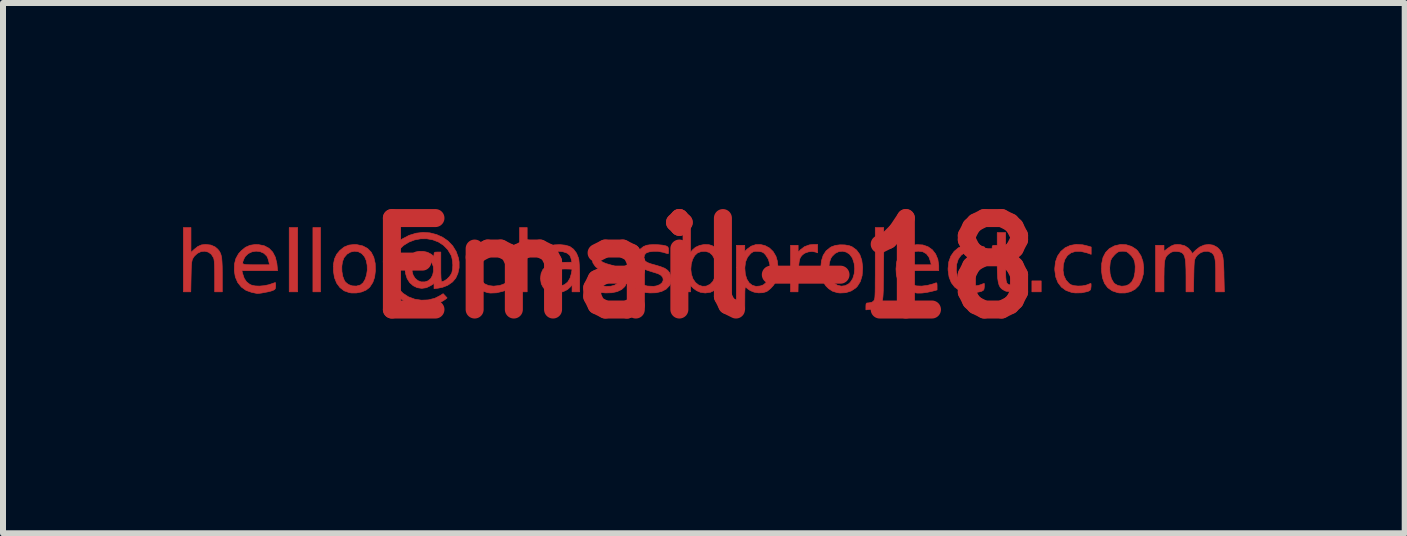
<source format=kicad_pcb>
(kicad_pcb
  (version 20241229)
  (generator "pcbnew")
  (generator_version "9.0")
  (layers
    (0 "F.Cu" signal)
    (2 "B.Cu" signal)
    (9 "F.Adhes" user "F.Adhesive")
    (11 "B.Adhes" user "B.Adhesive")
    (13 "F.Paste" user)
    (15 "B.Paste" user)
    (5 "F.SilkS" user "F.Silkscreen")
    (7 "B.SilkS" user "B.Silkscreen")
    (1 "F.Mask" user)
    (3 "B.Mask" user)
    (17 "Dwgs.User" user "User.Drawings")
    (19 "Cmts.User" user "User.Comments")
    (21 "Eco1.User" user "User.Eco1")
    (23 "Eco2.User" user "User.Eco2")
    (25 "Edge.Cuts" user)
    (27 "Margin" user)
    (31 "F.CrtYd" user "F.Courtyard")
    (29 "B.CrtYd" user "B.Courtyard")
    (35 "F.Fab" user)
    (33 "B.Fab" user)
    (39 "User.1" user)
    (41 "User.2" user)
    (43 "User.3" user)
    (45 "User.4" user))
  (footprint "Email-18"
    (layer "F.Cu")
    (at 8.669 1.418)
    (property "Reference" "Email-18" (at 0 0 0) (layer "F.Cu") (effects (font (size 1.524 1.524) (thickness 0.3))))
    (attr through_hole)
    (fp_poly (pts (xy -6.759 0.395) (xy -6.9 0.395) (xy -6.9 -0.677) (xy -6.759 -0.677) (xy -6.759 0.395)) (stroke (width 0.01) (type solid)) (fill yes) (layer "F.Cu"))
    (fp_poly (pts (xy -6.378 0.395) (xy -6.505 0.395) (xy -6.505 -0.677) (xy -6.378 -0.677) (xy -6.378 0.395)) (stroke (width 0.01) (type solid)) (fill yes) (layer "F.Cu"))
    (fp_poly (pts (xy -2.935 0.395) (xy -3.062 0.395) (xy -3.062 -0.677) (xy -2.935 -0.677) (xy -2.935 0.395)) (stroke (width 0.01) (type solid)) (fill yes) (layer "F.Cu"))
    (fp_poly (pts (xy 3.006 -0.508) (xy 2.865 -0.508) (xy 2.865 -0.677) (xy 3.006 -0.677) (xy 3.006 -0.508)) (stroke (width 0.01) (type solid)) (fill yes) (layer "F.Cu"))
    (fp_poly (pts (xy 5.63 0.395) (xy 5.475 0.395) (xy 5.475 0.212) (xy 5.63 0.212) (xy 5.63 0.395)) (stroke (width 0.01) (type solid)) (fill yes) (layer "F.Cu"))
    (fp_poly (pts (xy 1.905 -0.395) (xy 1.905 -0.255) (xy 1.866 -0.269) (xy 1.813 -0.278) (xy 1.751 -0.271) (xy 1.694 -0.251) (xy 1.673 -0.238) (xy 1.645 -0.214) (xy 1.624 -0.188) (xy 1.608 -0.156) (xy 1.598 -0.113) (xy 1.591 -0.056) (xy 1.586 0.02) (xy 1.583 0.119) (xy 1.583 0.138) (xy 1.578 0.395) (xy 1.453 0.395) (xy 1.453 -0.381) (xy 1.58 -0.381) (xy 1.58 -0.265) (xy 1.62 -0.308) (xy 1.686 -0.358) (xy 1.768 -0.388) (xy 1.836 -0.395) (xy 1.905 -0.395)) (stroke (width 0.01) (type solid)) (fill yes) (layer "F.Cu"))
    (fp_poly (pts (xy 3.003 0.067) (xy 3.002 0.192) (xy 3 0.293) (xy 2.999 0.371) (xy 2.996 0.432) (xy 2.993 0.477) (xy 2.989 0.51) (xy 2.984 0.535) (xy 2.978 0.554) (xy 2.97 0.571) (xy 2.932 0.628) (xy 2.882 0.664) (xy 2.815 0.684) (xy 2.79 0.687) (xy 2.709 0.695) (xy 2.709 0.637) (xy 2.711 0.6) (xy 2.719 0.583) (xy 2.742 0.579) (xy 2.758 0.579) (xy 2.811 0.567) (xy 2.836 0.548) (xy 2.844 0.538) (xy 2.85 0.526) (xy 2.855 0.509) (xy 2.859 0.483) (xy 2.861 0.446) (xy 2.863 0.394) (xy 2.864 0.324) (xy 2.864 0.234) (xy 2.865 0.119) (xy 2.865 0.068) (xy 2.865 -0.381) (xy 3.008 -0.381) (xy 3.003 0.067)) (stroke (width 0.01) (type solid)) (fill yes) (layer "F.Cu"))
    (fp_poly (pts (xy 5.038 -0.381) (xy 5.292 -0.381) (xy 5.292 -0.282) (xy 5.038 -0.282) (xy 5.038 -0.031) (xy 5.038 0.07) (xy 5.04 0.147) (xy 5.045 0.203) (xy 5.055 0.241) (xy 5.071 0.264) (xy 5.096 0.276) (xy 5.13 0.281) (xy 5.176 0.282) (xy 5.187 0.282) (xy 5.292 0.282) (xy 5.292 0.395) (xy 5.182 0.393) (xy 5.126 0.392) (xy 5.078 0.389) (xy 5.047 0.385) (xy 5.045 0.385) (xy 5.015 0.372) (xy 4.978 0.349) (xy 4.972 0.345) (xy 4.947 0.319) (xy 4.928 0.282) (xy 4.914 0.23) (xy 4.904 0.161) (xy 4.899 0.07) (xy 4.897 -0.044) (xy 4.897 -0.075) (xy 4.897 -0.282) (xy 4.854 -0.282) (xy 4.826 -0.285) (xy 4.814 -0.299) (xy 4.812 -0.332) (xy 4.814 -0.365) (xy 4.826 -0.378) (xy 4.854 -0.381) (xy 4.897 -0.381) (xy 4.897 -0.593) (xy 5.038 -0.593) (xy 5.038 -0.381)) (stroke (width 0.01) (type solid)) (fill yes) (layer "F.Cu"))
    (fp_poly (pts (xy -8.537 -0.262) (xy -8.484 -0.312) (xy -8.424 -0.36) (xy -8.364 -0.387) (xy -8.297 -0.395) (xy -8.292 -0.395) (xy -8.205 -0.385) (xy -8.135 -0.354) (xy -8.092 -0.317) (xy -8.067 -0.287) (xy -8.049 -0.255) (xy -8.035 -0.217) (xy -8.025 -0.169) (xy -8.02 -0.106) (xy -8.016 -0.025) (xy -8.015 0.079) (xy -8.015 0.118) (xy -8.015 0.395) (xy -8.142 0.395) (xy -8.142 0.134) (xy -8.143 0.027) (xy -8.145 -0.054) (xy -8.149 -0.114) (xy -8.155 -0.154) (xy -8.162 -0.174) (xy -8.198 -0.231) (xy -8.248 -0.267) (xy -8.307 -0.282) (xy -8.368 -0.276) (xy -8.428 -0.248) (xy -8.48 -0.2) (xy -8.501 -0.169) (xy -8.512 -0.149) (xy -8.519 -0.125) (xy -8.525 -0.093) (xy -8.529 -0.049) (xy -8.532 0.012) (xy -8.534 0.095) (xy -8.535 0.138) (xy -8.54 0.395) (xy -8.664 0.395) (xy -8.664 -0.677) (xy -8.537 -0.677) (xy -8.537 -0.262)) (stroke (width 0.01) (type solid)) (fill yes) (layer "F.Cu"))
    (fp_poly (pts (xy -3.425 -0.389) (xy -3.349 -0.371) (xy -3.274 -0.348) (xy -3.274 -0.228) (xy -3.351 -0.255) (xy -3.451 -0.279) (xy -3.541 -0.278) (xy -3.617 -0.255) (xy -3.679 -0.21) (xy -3.723 -0.144) (xy -3.747 -0.061) (xy -3.751 0.033) (xy -3.735 0.13) (xy -3.7 0.205) (xy -3.648 0.259) (xy -3.578 0.29) (xy -3.495 0.3) (xy -3.395 0.289) (xy -3.34 0.271) (xy -3.274 0.241) (xy -3.274 0.303) (xy -3.275 0.34) (xy -3.284 0.361) (xy -3.306 0.374) (xy -3.341 0.386) (xy -3.447 0.411) (xy -3.546 0.415) (xy -3.594 0.409) (xy -3.691 0.376) (xy -3.77 0.322) (xy -3.832 0.245) (xy -3.848 0.214) (xy -3.869 0.168) (xy -3.881 0.127) (xy -3.886 0.079) (xy -3.887 0.015) (xy -3.887 0.014) (xy -3.883 -0.078) (xy -3.869 -0.15) (xy -3.844 -0.209) (xy -3.804 -0.264) (xy -3.793 -0.277) (xy -3.719 -0.337) (xy -3.63 -0.376) (xy -3.53 -0.394) (xy -3.425 -0.389)) (stroke (width 0.01) (type solid)) (fill yes) (layer "F.Cu"))
    (fp_poly (pts (xy 6.322 -0.389) (xy 6.39 -0.373) (xy 6.463 -0.352) (xy 6.463 -0.23) (xy 6.389 -0.256) (xy 6.29 -0.279) (xy 6.202 -0.279) (xy 6.126 -0.255) (xy 6.066 -0.209) (xy 6.023 -0.142) (xy 5.999 -0.058) (xy 5.994 0.039) (xy 6.009 0.126) (xy 6.044 0.2) (xy 6.096 0.257) (xy 6.127 0.277) (xy 6.177 0.292) (xy 6.242 0.298) (xy 6.312 0.296) (xy 6.376 0.284) (xy 6.399 0.276) (xy 6.434 0.262) (xy 6.456 0.255) (xy 6.458 0.254) (xy 6.461 0.267) (xy 6.461 0.298) (xy 6.46 0.313) (xy 6.455 0.351) (xy 6.441 0.372) (xy 6.411 0.387) (xy 6.406 0.389) (xy 6.304 0.411) (xy 6.197 0.413) (xy 6.138 0.405) (xy 6.043 0.371) (xy 5.967 0.316) (xy 5.91 0.242) (xy 5.873 0.149) (xy 5.857 0.038) (xy 5.856 0.006) (xy 5.868 -0.105) (xy 5.902 -0.2) (xy 5.957 -0.279) (xy 6.028 -0.339) (xy 6.115 -0.379) (xy 6.214 -0.396) (xy 6.322 -0.389)) (stroke (width 0.01) (type solid)) (fill yes) (layer "F.Cu"))
    (fp_poly (pts (xy 4.544 -0.389) (xy 4.612 -0.373) (xy 4.685 -0.352) (xy 4.685 -0.228) (xy 4.614 -0.255) (xy 4.518 -0.28) (xy 4.431 -0.281) (xy 4.355 -0.258) (xy 4.294 -0.213) (xy 4.248 -0.148) (xy 4.221 -0.063) (xy 4.221 -0.058) (xy 4.216 0.043) (xy 4.233 0.132) (xy 4.271 0.206) (xy 4.329 0.264) (xy 4.359 0.282) (xy 4.4 0.294) (xy 4.458 0.298) (xy 4.523 0.296) (xy 4.583 0.288) (xy 4.621 0.276) (xy 4.656 0.262) (xy 4.678 0.255) (xy 4.68 0.254) (xy 4.683 0.267) (xy 4.683 0.298) (xy 4.682 0.313) (xy 4.677 0.351) (xy 4.663 0.372) (xy 4.633 0.387) (xy 4.628 0.389) (xy 4.526 0.411) (xy 4.419 0.413) (xy 4.36 0.405) (xy 4.265 0.371) (xy 4.189 0.316) (xy 4.132 0.242) (xy 4.095 0.149) (xy 4.079 0.038) (xy 4.078 0.006) (xy 4.09 -0.105) (xy 4.124 -0.2) (xy 4.179 -0.279) (xy 4.25 -0.339) (xy 4.337 -0.379) (xy 4.436 -0.396) (xy 4.544 -0.389)) (stroke (width 0.01) (type solid)) (fill yes) (layer "F.Cu"))
    (fp_poly (pts (xy 2.36 -0.387) (xy 2.435 -0.373) (xy 2.479 -0.356) (xy 2.553 -0.302) (xy 2.607 -0.228) (xy 2.64 -0.134) (xy 2.655 -0.019) (xy 2.655 0.007) (xy 2.646 0.125) (xy 2.616 0.224) (xy 2.567 0.302) (xy 2.541 0.329) (xy 2.464 0.38) (xy 2.374 0.409) (xy 2.278 0.414) (xy 2.234 0.409) (xy 2.153 0.384) (xy 2.088 0.342) (xy 2.042 0.296) (xy 2 0.233) (xy 1.972 0.158) (xy 1.959 0.067) (xy 1.959 0.06) (xy 2.092 0.06) (xy 2.102 0.125) (xy 2.133 0.196) (xy 2.179 0.25) (xy 2.236 0.285) (xy 2.299 0.3) (xy 2.364 0.292) (xy 2.424 0.26) (xy 2.45 0.235) (xy 2.49 0.174) (xy 2.514 0.095) (xy 2.522 0.009) (xy 2.513 -0.08) (xy 2.487 -0.161) (xy 2.481 -0.173) (xy 2.438 -0.231) (xy 2.383 -0.267) (xy 2.321 -0.282) (xy 2.257 -0.275) (xy 2.197 -0.246) (xy 2.146 -0.196) (xy 2.125 -0.163) (xy 2.103 -0.099) (xy 2.092 -0.021) (xy 2.092 0.06) (xy 1.959 0.06) (xy 1.957 -0.008) (xy 1.968 -0.121) (xy 1.997 -0.213) (xy 2.045 -0.287) (xy 2.115 -0.344) (xy 2.138 -0.357) (xy 2.201 -0.379) (xy 2.278 -0.389) (xy 2.36 -0.387)) (stroke (width 0.01) (type solid)) (fill yes) (layer "F.Cu"))
    (fp_poly (pts (xy -5.774 -0.392) (xy -5.676 -0.371) (xy -5.595 -0.329) (xy -5.534 -0.266) (xy -5.491 -0.182) (xy -5.467 -0.079) (xy -5.463 0.042) (xy -5.464 0.047) (xy -5.477 0.152) (xy -5.507 0.238) (xy -5.555 0.312) (xy -5.565 0.323) (xy -5.62 0.366) (xy -5.694 0.397) (xy -5.778 0.413) (xy -5.865 0.413) (xy -5.898 0.408) (xy -5.984 0.378) (xy -6.054 0.324) (xy -6.109 0.25) (xy -6.146 0.158) (xy -6.163 0.049) (xy -6.164 0.044) (xy -6.163 -0.029) (xy -6.024 -0.029) (xy -6.022 0.054) (xy -6.008 0.135) (xy -5.982 0.203) (xy -5.964 0.231) (xy -5.915 0.272) (xy -5.851 0.295) (xy -5.782 0.299) (xy -5.717 0.282) (xy -5.712 0.28) (xy -5.668 0.243) (xy -5.634 0.185) (xy -5.611 0.113) (xy -5.599 0.033) (xy -5.601 -0.048) (xy -5.616 -0.126) (xy -5.645 -0.191) (xy -5.692 -0.244) (xy -5.75 -0.274) (xy -5.814 -0.282) (xy -5.878 -0.268) (xy -5.937 -0.233) (xy -5.985 -0.176) (xy -5.988 -0.172) (xy -6.012 -0.108) (xy -6.024 -0.029) (xy -6.163 -0.029) (xy -6.163 -0.064) (xy -6.145 -0.155) (xy -6.109 -0.231) (xy -6.056 -0.295) (xy -5.985 -0.352) (xy -5.907 -0.384) (xy -5.817 -0.394) (xy -5.774 -0.392)) (stroke (width 0.01) (type solid)) (fill yes) (layer "F.Cu"))
    (fp_poly (pts (xy -0.212 -0.264) (xy -0.181 -0.303) (xy -0.13 -0.348) (xy -0.061 -0.379) (xy 0.016 -0.394) (xy 0.093 -0.391) (xy 0.145 -0.376) (xy 0.189 -0.348) (xy 0.238 -0.303) (xy 0.283 -0.249) (xy 0.317 -0.195) (xy 0.322 -0.185) (xy 0.335 -0.139) (xy 0.343 -0.072) (xy 0.345 0.007) (xy 0.344 0.078) (xy 0.34 0.13) (xy 0.332 0.172) (xy 0.317 0.211) (xy 0.313 0.22) (xy 0.262 0.304) (xy 0.196 0.365) (xy 0.119 0.402) (xy 0.032 0.414) (xy -0.047 0.403) (xy -0.112 0.375) (xy -0.163 0.338) (xy -0.212 0.291) (xy -0.212 0.395) (xy -0.339 0.395) (xy -0.339 0.019) (xy -0.208 0.019) (xy -0.199 0.1) (xy -0.172 0.179) (xy -0.13 0.24) (xy -0.077 0.282) (xy -0.017 0.302) (xy 0.047 0.3) (xy 0.109 0.271) (xy 0.113 0.269) (xy 0.159 0.221) (xy 0.191 0.156) (xy 0.21 0.079) (xy 0.215 -0.002) (xy 0.206 -0.082) (xy 0.185 -0.156) (xy 0.15 -0.217) (xy 0.103 -0.259) (xy 0.098 -0.262) (xy 0.035 -0.28) (xy -0.034 -0.277) (xy -0.096 -0.254) (xy -0.143 -0.21) (xy -0.179 -0.145) (xy -0.201 -0.067) (xy -0.208 0.019) (xy -0.339 0.019) (xy -0.339 -0.677) (xy -0.212 -0.677) (xy -0.212 -0.264)) (stroke (width 0.01) (type solid)) (fill yes) (layer "F.Cu"))
    (fp_poly (pts (xy 7.048 -0.39) (xy 7.136 -0.362) (xy 7.212 -0.313) (xy 7.239 -0.286) (xy 7.292 -0.205) (xy 7.325 -0.111) (xy 7.338 -0.008) (xy 7.332 0.097) (xy 7.305 0.197) (xy 7.258 0.288) (xy 7.252 0.295) (xy 7.194 0.352) (xy 7.119 0.392) (xy 7.031 0.413) (xy 6.938 0.414) (xy 6.905 0.409) (xy 6.813 0.378) (xy 6.74 0.327) (xy 6.686 0.255) (xy 6.651 0.162) (xy 6.635 0.049) (xy 6.635 0.047) (xy 6.636 0.002) (xy 6.771 0.002) (xy 6.778 0.095) (xy 6.8 0.176) (xy 6.836 0.239) (xy 6.855 0.259) (xy 6.908 0.289) (xy 6.973 0.301) (xy 7.04 0.294) (xy 7.094 0.271) (xy 7.141 0.225) (xy 7.175 0.157) (xy 7.192 0.072) (xy 7.193 0.064) (xy 7.197 -0.025) (xy 7.19 -0.094) (xy 7.172 -0.149) (xy 7.14 -0.197) (xy 7.118 -0.22) (xy 7.081 -0.255) (xy 7.053 -0.274) (xy 7.021 -0.281) (xy 6.985 -0.282) (xy 6.943 -0.28) (xy 6.913 -0.271) (xy 6.883 -0.25) (xy 6.852 -0.221) (xy 6.81 -0.172) (xy 6.787 -0.127) (xy 6.78 -0.097) (xy 6.771 0.002) (xy 6.636 0.002) (xy 6.638 -0.076) (xy 6.66 -0.178) (xy 6.703 -0.261) (xy 6.765 -0.325) (xy 6.848 -0.37) (xy 6.859 -0.374) (xy 6.954 -0.395) (xy 7.048 -0.39)) (stroke (width 0.01) (type solid)) (fill yes) (layer "F.Cu"))
    (fp_poly (pts (xy 1.03 -0.375) (xy 1.102 -0.336) (xy 1.163 -0.277) (xy 1.209 -0.2) (xy 1.21 -0.198) (xy 1.233 -0.12) (xy 1.244 -0.029) (xy 1.243 0.066) (xy 1.23 0.154) (xy 1.207 0.227) (xy 1.205 0.23) (xy 1.169 0.286) (xy 1.12 0.34) (xy 1.068 0.382) (xy 1.053 0.391) (xy 0.992 0.409) (xy 0.919 0.412) (xy 0.846 0.4) (xy 0.784 0.375) (xy 0.745 0.349) (xy 0.715 0.324) (xy 0.707 0.314) (xy 0.701 0.313) (xy 0.696 0.335) (xy 0.693 0.382) (xy 0.692 0.455) (xy 0.692 0.49) (xy 0.691 0.691) (xy 0.55 0.691) (xy 0.55 0.001) (xy 0.692 0.001) (xy 0.7 0.101) (xy 0.725 0.183) (xy 0.764 0.245) (xy 0.816 0.286) (xy 0.878 0.304) (xy 0.949 0.297) (xy 1 0.279) (xy 1.04 0.245) (xy 1.075 0.19) (xy 1.099 0.12) (xy 1.111 0.048) (xy 1.109 -0.057) (xy 1.085 -0.147) (xy 1.038 -0.221) (xy 1.008 -0.252) (xy 0.978 -0.269) (xy 0.936 -0.277) (xy 0.916 -0.279) (xy 0.868 -0.281) (xy 0.836 -0.275) (xy 0.807 -0.258) (xy 0.791 -0.246) (xy 0.737 -0.183) (xy 0.704 -0.105) (xy 0.692 -0.009) (xy 0.692 0.001) (xy 0.55 0.001) (xy 0.55 -0.381) (xy 0.691 -0.381) (xy 0.691 -0.278) (xy 0.73 -0.317) (xy 0.797 -0.366) (xy 0.873 -0.392) (xy 0.952 -0.394) (xy 1.03 -0.375)) (stroke (width 0.01) (type solid)) (fill yes) (layer "F.Cu"))
    (fp_poly (pts (xy -7.41 -0.392) (xy -7.316 -0.373) (xy -7.237 -0.331) (xy -7.175 -0.267) (xy -7.131 -0.182) (xy -7.106 -0.079) (xy -7.103 -0.053) (xy -7.094 0.042) (xy -7.688 0.042) (xy -7.677 0.088) (xy -7.65 0.17) (xy -7.611 0.228) (xy -7.558 0.269) (xy -7.528 0.283) (xy -7.47 0.296) (xy -7.396 0.299) (xy -7.316 0.292) (xy -7.239 0.276) (xy -7.218 0.269) (xy -7.174 0.254) (xy -7.142 0.243) (xy -7.13 0.24) (xy -7.128 0.252) (xy -7.126 0.284) (xy -7.126 0.296) (xy -7.129 0.334) (xy -7.142 0.356) (xy -7.173 0.372) (xy -7.174 0.372) (xy -7.207 0.383) (xy -7.256 0.395) (xy -7.313 0.406) (xy -7.368 0.416) (xy -7.412 0.421) (xy -7.432 0.422) (xy -7.451 0.419) (xy -7.489 0.411) (xy -7.525 0.404) (xy -7.62 0.37) (xy -7.698 0.314) (xy -7.758 0.239) (xy -7.798 0.147) (xy -7.815 0.041) (xy -7.812 -0.068) (xy -7.805 -0.097) (xy -7.676 -0.097) (xy -7.674 -0.078) (xy -7.658 -0.066) (xy -7.625 -0.06) (xy -7.57 -0.057) (xy -7.493 -0.056) (xy -7.452 -0.056) (xy -7.228 -0.056) (xy -7.241 -0.115) (xy -7.254 -0.159) (xy -7.27 -0.196) (xy -7.274 -0.201) (xy -7.322 -0.248) (xy -7.384 -0.275) (xy -7.452 -0.283) (xy -7.52 -0.272) (xy -7.582 -0.243) (xy -7.63 -0.197) (xy -7.649 -0.165) (xy -7.666 -0.126) (xy -7.676 -0.097) (xy -7.805 -0.097) (xy -7.789 -0.159) (xy -7.745 -0.239) (xy -7.699 -0.29) (xy -7.628 -0.348) (xy -7.553 -0.381) (xy -7.467 -0.394) (xy -7.41 -0.392)) (stroke (width 0.01) (type solid)) (fill yes) (layer "F.Cu"))
    (fp_poly (pts (xy 3.657 -0.387) (xy 3.744 -0.357) (xy 3.816 -0.306) (xy 3.871 -0.235) (xy 3.908 -0.147) (xy 3.923 -0.043) (xy 3.923 -0.026) (xy 3.923 0.042) (xy 3.634 0.042) (xy 3.534 0.042) (xy 3.459 0.043) (xy 3.406 0.045) (xy 3.371 0.05) (xy 3.353 0.059) (xy 3.346 0.072) (xy 3.348 0.091) (xy 3.357 0.117) (xy 3.361 0.128) (xy 3.398 0.205) (xy 3.449 0.259) (xy 3.484 0.279) (xy 3.554 0.296) (xy 3.64 0.299) (xy 3.735 0.287) (xy 3.83 0.262) (xy 3.87 0.247) (xy 3.885 0.244) (xy 3.893 0.257) (xy 3.895 0.291) (xy 3.895 0.3) (xy 3.895 0.363) (xy 3.814 0.385) (xy 3.727 0.404) (xy 3.643 0.415) (xy 3.571 0.416) (xy 3.549 0.414) (xy 3.451 0.39) (xy 3.37 0.349) (xy 3.312 0.298) (xy 3.264 0.239) (xy 3.233 0.178) (xy 3.216 0.108) (xy 3.211 0.02) (xy 3.211 0.007) (xy 3.219 -0.072) (xy 3.349 -0.072) (xy 3.355 -0.065) (xy 3.373 -0.061) (xy 3.406 -0.058) (xy 3.458 -0.057) (xy 3.532 -0.056) (xy 3.57 -0.056) (xy 3.798 -0.056) (xy 3.788 -0.102) (xy 3.76 -0.183) (xy 3.717 -0.239) (xy 3.658 -0.273) (xy 3.583 -0.283) (xy 3.521 -0.276) (xy 3.471 -0.257) (xy 3.422 -0.223) (xy 3.384 -0.181) (xy 3.366 -0.144) (xy 3.357 -0.106) (xy 3.35 -0.081) (xy 3.349 -0.072) (xy 3.219 -0.072) (xy 3.223 -0.107) (xy 3.256 -0.203) (xy 3.309 -0.282) (xy 3.381 -0.34) (xy 3.471 -0.378) (xy 3.558 -0.392) (xy 3.657 -0.387)) (stroke (width 0.01) (type solid)) (fill yes) (layer "F.Cu"))
    (fp_poly (pts (xy -1.489 -0.39) (xy -1.42 -0.384) (xy -1.366 -0.373) (xy -1.351 -0.369) (xy -1.326 -0.354) (xy -1.315 -0.332) (xy -1.312 -0.297) (xy -1.313 -0.261) (xy -1.321 -0.245) (xy -1.341 -0.244) (xy -1.38 -0.257) (xy -1.39 -0.261) (xy -1.442 -0.273) (xy -1.505 -0.28) (xy -1.571 -0.28) (xy -1.628 -0.275) (xy -1.665 -0.264) (xy -1.702 -0.233) (xy -1.724 -0.192) (xy -1.725 -0.153) (xy -1.709 -0.124) (xy -1.675 -0.099) (xy -1.619 -0.076) (xy -1.543 -0.054) (xy -1.444 -0.024) (xy -1.37 0.008) (xy -1.317 0.044) (xy -1.305 0.056) (xy -1.285 0.096) (xy -1.276 0.151) (xy -1.277 0.212) (xy -1.288 0.268) (xy -1.307 0.306) (xy -1.361 0.356) (xy -1.435 0.391) (xy -1.526 0.41) (xy -1.629 0.413) (xy -1.682 0.408) (xy -1.754 0.397) (xy -1.803 0.387) (xy -1.833 0.375) (xy -1.85 0.358) (xy -1.857 0.334) (xy -1.86 0.306) (xy -1.861 0.267) (xy -1.859 0.244) (xy -1.857 0.24) (xy -1.841 0.245) (xy -1.807 0.257) (xy -1.782 0.266) (xy -1.696 0.292) (xy -1.615 0.304) (xy -1.542 0.301) (xy -1.481 0.285) (xy -1.436 0.257) (xy -1.411 0.217) (xy -1.408 0.191) (xy -1.419 0.146) (xy -1.456 0.11) (xy -1.518 0.082) (xy -1.537 0.076) (xy -1.623 0.052) (xy -1.686 0.033) (xy -1.731 0.016) (xy -1.763 0.000466) (xy -1.786 -0.016) (xy -1.799 -0.028) (xy -1.839 -0.087) (xy -1.854 -0.152) (xy -1.847 -0.218) (xy -1.819 -0.28) (xy -1.772 -0.333) (xy -1.708 -0.371) (xy -1.677 -0.382) (xy -1.627 -0.39) (xy -1.561 -0.392) (xy -1.489 -0.39)) (stroke (width 0.01) (type solid)) (fill yes) (layer "F.Cu"))
    (fp_poly (pts (xy 8.497 -0.383) (xy 8.563 -0.347) (xy 8.589 -0.323) (xy 8.615 -0.292) (xy 8.634 -0.26) (xy 8.649 -0.223) (xy 8.659 -0.175) (xy 8.666 -0.112) (xy 8.671 -0.031) (xy 8.675 0.072) (xy 8.675 0.109) (xy 8.682 0.395) (xy 8.537 0.395) (xy 8.537 0.127) (xy 8.537 0.018) (xy 8.534 -0.067) (xy 8.529 -0.131) (xy 8.52 -0.178) (xy 8.507 -0.213) (xy 8.49 -0.238) (xy 8.467 -0.258) (xy 8.465 -0.259) (xy 8.412 -0.281) (xy 8.351 -0.28) (xy 8.291 -0.26) (xy 8.238 -0.222) (xy 8.211 -0.189) (xy 8.199 -0.168) (xy 8.19 -0.147) (xy 8.184 -0.121) (xy 8.18 -0.085) (xy 8.177 -0.035) (xy 8.175 0.034) (xy 8.173 0.126) (xy 8.173 0.131) (xy 8.168 0.395) (xy 8.043 0.395) (xy 8.043 0.138) (xy 8.042 0.019) (xy 8.038 -0.074) (xy 8.031 -0.145) (xy 8.018 -0.197) (xy 8 -0.234) (xy 7.974 -0.257) (xy 7.94 -0.271) (xy 7.896 -0.278) (xy 7.892 -0.278) (xy 7.841 -0.279) (xy 7.803 -0.268) (xy 7.777 -0.252) (xy 7.744 -0.227) (xy 7.719 -0.201) (xy 7.701 -0.169) (xy 7.689 -0.127) (xy 7.682 -0.071) (xy 7.678 0.004) (xy 7.677 0.101) (xy 7.676 0.137) (xy 7.676 0.395) (xy 7.535 0.395) (xy 7.535 -0.381) (xy 7.676 -0.381) (xy 7.676 -0.282) (xy 7.741 -0.332) (xy 7.796 -0.369) (xy 7.845 -0.389) (xy 7.898 -0.395) (xy 7.946 -0.392) (xy 8.022 -0.373) (xy 8.084 -0.332) (xy 8.122 -0.287) (xy 8.15 -0.244) (xy 8.202 -0.298) (xy 8.27 -0.352) (xy 8.345 -0.385) (xy 8.422 -0.395) (xy 8.497 -0.383)) (stroke (width 0.01) (type solid)) (fill yes) (layer "F.Cu"))
    (fp_poly (pts (xy -2.302 -0.383) (xy -2.231 -0.363) (xy -2.222 -0.359) (xy -2.162 -0.315) (xy -2.113 -0.25) (xy -2.081 -0.171) (xy -2.074 -0.143) (xy -2.07 -0.102) (xy -2.065 -0.04) (xy -2.062 0.036) (xy -2.06 0.12) (xy -2.06 0.164) (xy -2.06 0.395) (xy -2.187 0.395) (xy -2.187 0.278) (xy -2.216 0.314) (xy -2.265 0.358) (xy -2.333 0.391) (xy -2.411 0.41) (xy -2.489 0.414) (xy -2.53 0.408) (xy -2.607 0.378) (xy -2.664 0.328) (xy -2.7 0.261) (xy -2.713 0.177) (xy -2.713 0.168) (xy -2.713 0.166) (xy -2.582 0.166) (xy -2.569 0.22) (xy -2.536 0.267) (xy -2.488 0.297) (xy -2.477 0.301) (xy -2.429 0.304) (xy -2.372 0.295) (xy -2.319 0.277) (xy -2.312 0.274) (xy -2.26 0.232) (xy -2.221 0.167) (xy -2.201 0.098) (xy -2.193 0.056) (xy -2.188 0.027) (xy -2.187 0.019) (xy -2.2 0.017) (xy -2.236 0.015) (xy -2.287 0.014) (xy -2.322 0.014) (xy -2.417 0.018) (xy -2.487 0.029) (xy -2.536 0.05) (xy -2.566 0.083) (xy -2.58 0.129) (xy -2.582 0.166) (xy -2.713 0.166) (xy -2.703 0.089) (xy -2.674 0.024) (xy -2.625 -0.026) (xy -2.554 -0.062) (xy -2.46 -0.085) (xy -2.343 -0.097) (xy -2.277 -0.098) (xy -2.19 -0.099) (xy -2.201 -0.149) (xy -2.213 -0.188) (xy -2.228 -0.216) (xy -2.229 -0.218) (xy -2.274 -0.252) (xy -2.338 -0.273) (xy -2.415 -0.281) (xy -2.498 -0.274) (xy -2.579 -0.254) (xy -2.622 -0.239) (xy -2.653 -0.229) (xy -2.664 -0.226) (xy -2.666 -0.238) (xy -2.665 -0.27) (xy -2.664 -0.286) (xy -2.66 -0.345) (xy -2.568 -0.371) (xy -2.481 -0.388) (xy -2.389 -0.392) (xy -2.302 -0.383)) (stroke (width 0.01) (type solid)) (fill yes) (layer "F.Cu"))
    (fp_poly (pts (xy -0.754 -0.39) (xy -0.685 -0.384) (xy -0.631 -0.373) (xy -0.617 -0.369) (xy -0.592 -0.354) (xy -0.581 -0.332) (xy -0.579 -0.297) (xy -0.58 -0.261) (xy -0.585 -0.241) (xy -0.586 -0.24) (xy -0.603 -0.244) (xy -0.638 -0.254) (xy -0.664 -0.263) (xy -0.756 -0.28) (xy -0.831 -0.28) (xy -0.903 -0.271) (xy -0.951 -0.253) (xy -0.978 -0.223) (xy -0.988 -0.18) (xy -0.988 -0.175) (xy -0.983 -0.141) (xy -0.965 -0.115) (xy -0.93 -0.093) (xy -0.874 -0.072) (xy -0.809 -0.054) (xy -0.714 -0.026) (xy -0.643 0.002) (xy -0.594 0.036) (xy -0.562 0.076) (xy -0.545 0.126) (xy -0.539 0.166) (xy -0.538 0.219) (xy -0.545 0.256) (xy -0.563 0.29) (xy -0.567 0.295) (xy -0.62 0.35) (xy -0.694 0.388) (xy -0.785 0.41) (xy -0.889 0.413) (xy -0.948 0.408) (xy -1.02 0.397) (xy -1.069 0.387) (xy -1.1 0.375) (xy -1.116 0.358) (xy -1.123 0.334) (xy -1.126 0.306) (xy -1.127 0.267) (xy -1.125 0.244) (xy -1.123 0.24) (xy -1.107 0.245) (xy -1.073 0.257) (xy -1.048 0.266) (xy -0.935 0.298) (xy -0.828 0.303) (xy -0.782 0.296) (xy -0.723 0.274) (xy -0.685 0.24) (xy -0.668 0.2) (xy -0.674 0.158) (xy -0.703 0.121) (xy -0.753 0.093) (xy -0.796 0.079) (xy -0.855 0.061) (xy -0.915 0.042) (xy -0.916 0.042) (xy -0.99 0.016) (xy -1.043 -0.013) (xy -1.068 -0.035) (xy -1.095 -0.064) (xy -1.109 -0.091) (xy -1.114 -0.127) (xy -1.115 -0.167) (xy -1.113 -0.217) (xy -1.106 -0.25) (xy -1.088 -0.279) (xy -1.062 -0.308) (xy -0.997 -0.36) (xy -0.945 -0.381) (xy -0.894 -0.389) (xy -0.827 -0.392) (xy -0.754 -0.39)) (stroke (width 0.01) (type solid)) (fill yes) (layer "F.Cu"))
    (fp_poly (pts (xy -4.555 -0.588) (xy -4.445 -0.56) (xy -4.343 -0.514) (xy -4.252 -0.451) (xy -4.176 -0.371) (xy -4.118 -0.277) (xy -4.08 -0.169) (xy -4.069 -0.104) (xy -4.069 -0.006) (xy -4.089 0.086) (xy -4.125 0.166) (xy -4.177 0.228) (xy -4.182 0.232) (xy -4.26 0.286) (xy -4.342 0.318) (xy -4.414 0.333) (xy -4.487 0.342) (xy -4.487 0.255) (xy -4.538 0.289) (xy -4.614 0.326) (xy -4.691 0.337) (xy -4.766 0.326) (xy -4.834 0.293) (xy -4.892 0.242) (xy -4.935 0.174) (xy -4.961 0.092) (xy -4.965 0.054) (xy -4.852 0.054) (xy -4.835 0.117) (xy -4.802 0.169) (xy -4.756 0.208) (xy -4.701 0.229) (xy -4.639 0.229) (xy -4.586 0.211) (xy -4.542 0.174) (xy -4.511 0.118) (xy -4.496 0.05) (xy -4.499 -0.023) (xy -4.502 -0.036) (xy -4.526 -0.093) (xy -4.567 -0.141) (xy -4.617 -0.173) (xy -4.664 -0.183) (xy -4.734 -0.171) (xy -4.791 -0.134) (xy -4.826 -0.085) (xy -4.85 -0.014) (xy -4.852 0.054) (xy -4.965 0.054) (xy -4.967 0.028) (xy -4.957 -0.054) (xy -4.928 -0.132) (xy -4.885 -0.2) (xy -4.831 -0.25) (xy -4.798 -0.268) (xy -4.737 -0.281) (xy -4.665 -0.28) (xy -4.595 -0.264) (xy -4.539 -0.235) (xy -4.538 -0.235) (xy -4.487 -0.196) (xy -4.487 -0.232) (xy -4.484 -0.255) (xy -4.47 -0.266) (xy -4.437 -0.268) (xy -4.431 -0.268) (xy -4.374 -0.268) (xy -4.374 -0.021) (xy -4.374 0.081) (xy -4.371 0.157) (xy -4.367 0.205) (xy -4.361 0.225) (xy -4.36 0.226) (xy -4.319 0.214) (xy -4.273 0.184) (xy -4.23 0.141) (xy -4.198 0.094) (xy -4.191 0.078) (xy -4.178 0.02) (xy -4.174 -0.052) (xy -4.18 -0.127) (xy -4.194 -0.193) (xy -4.202 -0.214) (xy -4.257 -0.307) (xy -4.329 -0.381) (xy -4.414 -0.436) (xy -4.508 -0.472) (xy -4.609 -0.49) (xy -4.711 -0.489) (xy -4.812 -0.47) (xy -4.907 -0.433) (xy -4.994 -0.379) (xy -5.069 -0.307) (xy -5.128 -0.219) (xy -5.158 -0.144) (xy -5.176 -0.059) (xy -5.181 0.036) (xy -5.173 0.129) (xy -5.164 0.171) (xy -5.139 0.234) (xy -5.1 0.303) (xy -5.052 0.369) (xy -5.005 0.418) (xy -4.913 0.478) (xy -4.808 0.517) (xy -4.696 0.534) (xy -4.583 0.529) (xy -4.474 0.502) (xy -4.387 0.458) (xy -4.335 0.425) (xy -4.302 0.46) (xy -4.269 0.496) (xy -4.304 0.524) (xy -4.338 0.546) (xy -4.384 0.572) (xy -4.41 0.585) (xy -4.453 0.603) (xy -4.498 0.616) (xy -4.553 0.628) (xy -4.627 0.639) (xy -4.643 0.641) (xy -4.676 0.642) (xy -4.724 0.638) (xy -4.763 0.634) (xy -4.878 0.603) (xy -4.988 0.549) (xy -5.087 0.475) (xy -5.171 0.384) (xy -5.227 0.293) (xy -5.269 0.175) (xy -5.285 0.053) (xy -5.278 -0.069) (xy -5.247 -0.188) (xy -5.194 -0.299) (xy -5.12 -0.397) (xy -5.027 -0.479) (xy -5.016 -0.487) (xy -4.904 -0.546) (xy -4.788 -0.582) (xy -4.671 -0.596) (xy -4.555 -0.588)) (stroke (width 0.01) (type solid)) (fill yes) (layer "F.Cu")))
  (gr_rect
    (start -3 -3)
    (end 20.356 5.836)
    (stroke (width 0.1) (type default))
    (fill no)
    (layer "Edge.Cuts")))
</source>
